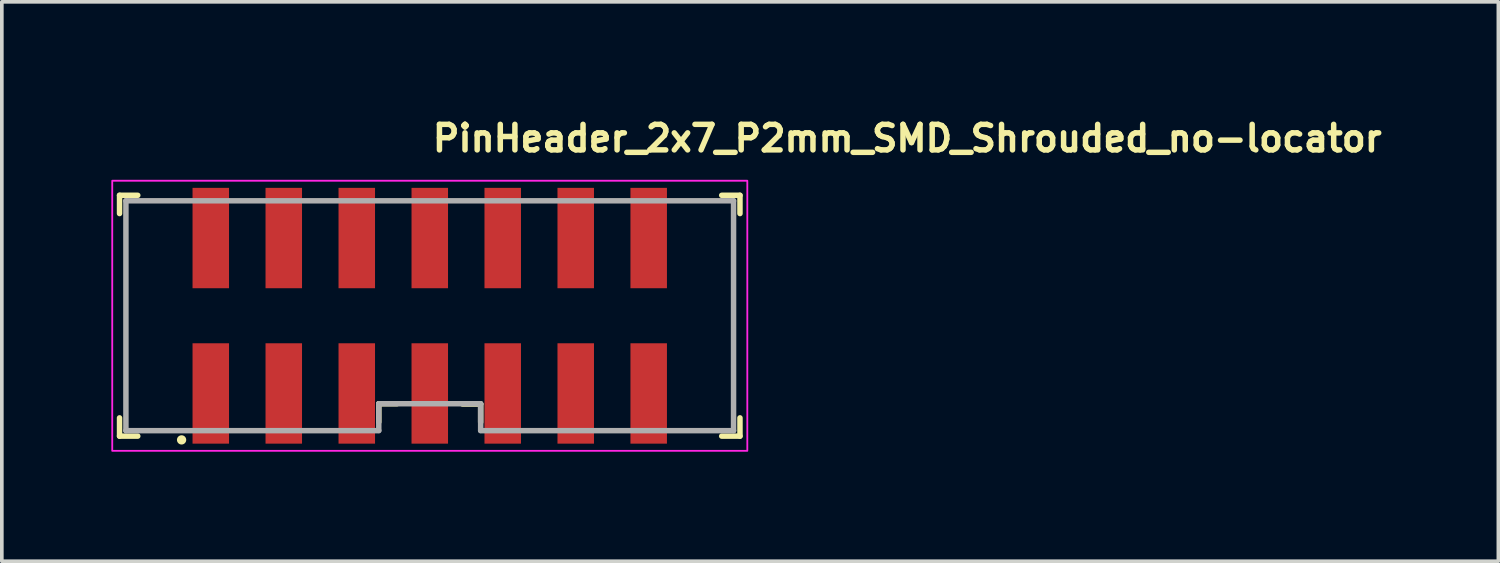
<source format=kicad_pcb>
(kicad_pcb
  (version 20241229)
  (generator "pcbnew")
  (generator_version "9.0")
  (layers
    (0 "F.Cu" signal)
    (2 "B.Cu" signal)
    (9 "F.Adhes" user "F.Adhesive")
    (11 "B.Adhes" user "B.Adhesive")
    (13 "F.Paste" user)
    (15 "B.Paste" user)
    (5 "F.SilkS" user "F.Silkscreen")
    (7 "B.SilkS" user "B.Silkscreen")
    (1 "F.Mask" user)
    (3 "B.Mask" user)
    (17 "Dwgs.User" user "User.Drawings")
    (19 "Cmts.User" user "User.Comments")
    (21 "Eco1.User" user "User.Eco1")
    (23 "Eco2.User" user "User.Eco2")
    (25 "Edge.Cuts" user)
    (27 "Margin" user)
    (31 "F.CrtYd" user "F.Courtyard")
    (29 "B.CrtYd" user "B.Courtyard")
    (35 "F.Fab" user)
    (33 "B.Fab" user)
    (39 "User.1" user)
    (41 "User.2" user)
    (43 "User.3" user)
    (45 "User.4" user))
  (footprint "PinHeader_2x7_P2mm_SMD_Shrouded_no-locator"
    (layer "F.Cu")
    (at 8.725 5.602)
    (property "Reference" "PinHeader_2x7_P2mm_SMD_Shrouded_no-locator" (at 0 -4.452 0) (layer "F.SilkS") (effects (font (size 0.7 0.7) (thickness 0.15)) (justify left bottom)))
    (attr smd)
    (fp_line (start -8.5 -3.301) (end -8.5 -2.801) (stroke (width 0.15) (type solid)) (layer "F.SilkS"))
    (fp_line (start -8.5 -3.301) (end -8 -3.301) (stroke (width 0.15) (type solid)) (layer "F.SilkS"))
    (fp_line (start -8.5 3.297) (end -8.5 2.797) (stroke (width 0.15) (type solid)) (layer "F.SilkS"))
    (fp_line (start -8.5 3.297) (end -8 3.297) (stroke (width 0.15) (type solid)) (layer "F.SilkS"))
    (fp_line (start -1.397 2.41) (end -1.397 2.91) (stroke (width 0.15) (type solid)) (layer "F.SilkS"))
    (fp_line (start -1.397 2.41) (end -0.9 2.41) (stroke (width 0.15) (type solid)) (layer "F.SilkS"))
    (fp_line (start 1.394 2.418) (end 0.897 2.418) (stroke (width 0.15) (type solid)) (layer "F.SilkS"))
    (fp_line (start 1.394 2.418) (end 1.394 2.918) (stroke (width 0.15) (type solid)) (layer "F.SilkS"))
    (fp_line (start 8.499 -3.301) (end 7.998 -3.301) (stroke (width 0.15) (type solid)) (layer "F.SilkS"))
    (fp_line (start 8.499 -3.301) (end 8.499 -2.801) (stroke (width 0.15) (type solid)) (layer "F.SilkS"))
    (fp_line (start 8.499 3.297) (end 7.998 3.297) (stroke (width 0.15) (type solid)) (layer "F.SilkS"))
    (fp_line (start 8.499 3.297) (end 8.499 2.797) (stroke (width 0.15) (type solid)) (layer "F.SilkS"))
    (fp_circle (center -6.8 3.4) (end -6.748 3.4) (stroke (width 0.15) (type solid)) (fill yes) (layer "F.SilkS"))
    (fp_rect (start -8.7 -3.7) (end 8.7 3.7) (stroke (width 0.05) (type solid)) (fill no) (layer "F.CrtYd"))
    (fp_line (start -8.325 -3.15) (end 8.323 -3.15) (stroke (width 0.15) (type solid)) (layer "F.Fab"))
    (fp_line (start -8.325 3.148) (end -8.325 -3.15) (stroke (width 0.15) (type solid)) (layer "F.Fab"))
    (fp_line (start -8.325 3.148) (end -1.397 3.148) (stroke (width 0.15) (type solid)) (layer "F.Fab"))
    (fp_line (start -1.397 2.41) (end -1.397 3.14) (stroke (width 0.15) (type solid)) (layer "F.Fab"))
    (fp_line (start -1.397 2.41) (end 1.394 2.41) (stroke (width 0.15) (type solid)) (layer "F.Fab"))
    (fp_line (start 1.394 2.41) (end 1.394 3.14) (stroke (width 0.15) (type solid)) (layer "F.Fab"))
    (fp_line (start 1.394 3.148) (end 8.323 3.148) (stroke (width 0.15) (type solid)) (layer "F.Fab"))
    (fp_line (start 8.323 3.148) (end 8.323 -3.15) (stroke (width 0.15) (type solid)) (layer "F.Fab"))
    (fp_rect (start -8.325 -3.15) (end 8.323 3.148) (stroke (width 0.1) (type solid)) (fill no) (layer "User.5"))
    (fp_line (start -8.325 -3.15) (end -8.325 -0.75) (stroke (width 0.02) (type solid)) (layer "User.9"))
    (fp_line (start -8.325 -0.75) (end -8.026 -0.75) (stroke (width 0.02) (type solid)) (layer "User.9"))
    (fp_line (start -8.325 -0.15) (end -8.325 -0.75) (stroke (width 0.02) (type solid)) (layer "User.9"))
    (fp_line (start -8.325 -0.15) (end -7.425 -0.15) (stroke (width 0.02) (type solid)) (layer "User.9"))
    (fp_line (start -8.325 1.148) (end -8.325 -0.15) (stroke (width 0.02) (type solid)) (layer "User.9"))
    (fp_line (start -8.325 1.749) (end -8.325 1.148) (stroke (width 0.02) (type solid)) (layer "User.9"))
    (fp_line (start -8.325 1.749) (end -8.325 3.148) (stroke (width 0.02) (type solid)) (layer "User.9"))
    (fp_line (start -8.026 -2.851) (end 8.025 -2.851) (stroke (width 0.02) (type solid)) (layer "User.9"))
    (fp_line (start -8.026 -0.75) (end -8.026 -2.851) (stroke (width 0.02) (type solid)) (layer "User.9"))
    (fp_line (start -8.026 1.749) (end -8.325 1.749) (stroke (width 0.02) (type solid)) (layer "User.9"))
    (fp_line (start -8.026 2.85) (end -8.026 1.749) (stroke (width 0.02) (type solid)) (layer "User.9"))
    (fp_line (start -7.425 -2.25) (end -8.026 -2.851) (stroke (width 0.02) (type solid)) (layer "User.9"))
    (fp_line (start -7.425 -2.25) (end -7.026 -2.25) (stroke (width 0.02) (type solid)) (layer "User.9"))
    (fp_line (start -7.425 -0.15) (end -8.026 -0.75) (stroke (width 0.02) (type solid)) (layer "User.9"))
    (fp_line (start -7.425 -0.15) (end -7.425 -2.25) (stroke (width 0.02) (type solid)) (layer "User.9"))
    (fp_line (start -7.425 1.148) (end -8.325 1.148) (stroke (width 0.02) (type solid)) (layer "User.9"))
    (fp_line (start -7.425 1.148) (end -8.026 1.749) (stroke (width 0.02) (type solid)) (layer "User.9"))
    (fp_line (start -7.425 2.249) (end -8.026 2.85) (stroke (width 0.02) (type solid)) (layer "User.9"))
    (fp_line (start -7.425 2.249) (end -7.425 1.148) (stroke (width 0.02) (type solid)) (layer "User.9"))
    (fp_line (start -7.026 -2.5) (end -6.396 -2.5) (stroke (width 0.02) (type solid)) (layer "User.9"))
    (fp_line (start -7.026 -2.25) (end -7.026 -2.5) (stroke (width 0.02) (type solid)) (layer "User.9"))
    (fp_line (start -7.026 2.249) (end -7.425 2.249) (stroke (width 0.02) (type solid)) (layer "User.9"))
    (fp_line (start -7.026 2.249) (end -7.026 2.499) (stroke (width 0.02) (type solid)) (layer "User.9"))
    (fp_line (start -7.026 2.499) (end -1.339 2.499) (stroke (width 0.02) (type solid)) (layer "User.9"))
    (fp_line (start -6.396 -2.5) (end -6.396 -2.25) (stroke (width 0.02) (type solid)) (layer "User.9"))
    (fp_line (start -6.396 -2.25) (end -5.595 -2.25) (stroke (width 0.02) (type solid)) (layer "User.9"))
    (fp_line (start -6.327 3.048) (end -5.327 3.048) (stroke (width 0.02) (type solid)) (layer "User.9"))
    (fp_line (start -6.327 3.148) (end -8.325 3.148) (stroke (width 0.02) (type solid)) (layer "User.9"))
    (fp_line (start -6.327 3.148) (end -6.327 3.048) (stroke (width 0.02) (type solid)) (layer "User.9"))
    (fp_line (start -6.327 3.148) (end -5.827 3.148) (stroke (width 0.02) (type solid)) (layer "User.9"))
    (fp_line (start -6.25 -0.75) (end -6.25 -1.25) (stroke (width 0.02) (type solid)) (layer "User.9"))
    (fp_line (start -6.25 1.249) (end -6.25 0.748) (stroke (width 0.02) (type solid)) (layer "User.9"))
    (fp_line (start -6.101 -1.101) (end -6.25 -1.25) (stroke (width 0.02) (type solid)) (layer "User.9"))
    (fp_line (start -6.101 -0.902) (end -6.25 -0.75) (stroke (width 0.02) (type solid)) (layer "User.9"))
    (fp_line (start -6.101 -0.902) (end -6.101 -1.101) (stroke (width 0.02) (type solid)) (layer "User.9"))
    (fp_line (start -6.101 0.9) (end -6.25 0.748) (stroke (width 0.02) (type solid)) (layer "User.9"))
    (fp_line (start -6.101 1.1) (end -6.25 1.249) (stroke (width 0.02) (type solid)) (layer "User.9"))
    (fp_line (start -6.101 1.1) (end -6.101 0.9) (stroke (width 0.02) (type solid)) (layer "User.9"))
    (fp_line (start -5.901 -1.101) (end -6.101 -1.101) (stroke (width 0.02) (type solid)) (layer "User.9"))
    (fp_line (start -5.901 -1.101) (end -5.901 -0.902) (stroke (width 0.02) (type solid)) (layer "User.9"))
    (fp_line (start -5.901 -1.101) (end -5.75 -1.25) (stroke (width 0.02) (type solid)) (layer "User.9"))
    (fp_line (start -5.901 -0.902) (end -6.101 -0.902) (stroke (width 0.02) (type solid)) (layer "User.9"))
    (fp_line (start -5.901 0.9) (end -6.101 0.9) (stroke (width 0.02) (type solid)) (layer "User.9"))
    (fp_line (start -5.901 0.9) (end -5.901 1.1) (stroke (width 0.02) (type solid)) (layer "User.9"))
    (fp_line (start -5.901 0.9) (end -5.75 0.748) (stroke (width 0.02) (type solid)) (layer "User.9"))
    (fp_line (start -5.901 1.1) (end -6.101 1.1) (stroke (width 0.02) (type solid)) (layer "User.9"))
    (fp_line (start -5.901 1.1) (end -5.75 1.249) (stroke (width 0.02) (type solid)) (layer "User.9"))
    (fp_line (start -5.827 3.148) (end -5.827 3.048) (stroke (width 0.02) (type solid)) (layer "User.9"))
    (fp_line (start -5.827 3.148) (end -5.327 3.148) (stroke (width 0.02) (type solid)) (layer "User.9"))
    (fp_line (start -5.75 -1.25) (end -6.25 -1.25) (stroke (width 0.02) (type solid)) (layer "User.9"))
    (fp_line (start -5.75 -1.25) (end -5.75 -0.75) (stroke (width 0.02) (type solid)) (layer "User.9"))
    (fp_line (start -5.75 -0.75) (end -6.25 -0.75) (stroke (width 0.02) (type solid)) (layer "User.9"))
    (fp_line (start -5.75 -0.75) (end -5.901 -0.902) (stroke (width 0.02) (type solid)) (layer "User.9"))
    (fp_line (start -5.75 0.748) (end -6.25 0.748) (stroke (width 0.02) (type solid)) (layer "User.9"))
    (fp_line (start -5.75 0.748) (end -5.75 1.249) (stroke (width 0.02) (type solid)) (layer "User.9"))
    (fp_line (start -5.75 1.249) (end -6.25 1.249) (stroke (width 0.02) (type solid)) (layer "User.9"))
    (fp_line (start -5.614 2.249) (end -2.388 2.249) (stroke (width 0.02) (type solid)) (layer "User.9"))
    (fp_line (start -5.614 2.499) (end -5.614 2.249) (stroke (width 0.02) (type solid)) (layer "User.9"))
    (fp_line (start -5.595 -2.5) (end -0.402 -2.5) (stroke (width 0.02) (type solid)) (layer "User.9"))
    (fp_line (start -5.595 -2.25) (end -5.595 -2.5) (stroke (width 0.02) (type solid)) (layer "User.9"))
    (fp_line (start -5.327 3.148) (end -5.327 3.048) (stroke (width 0.02) (type solid)) (layer "User.9"))
    (fp_line (start -4.25 -0.75) (end -4.25 -1.25) (stroke (width 0.02) (type solid)) (layer "User.9"))
    (fp_line (start -4.25 1.249) (end -4.25 0.748) (stroke (width 0.02) (type solid)) (layer "User.9"))
    (fp_line (start -4.138 2.499) (end -4.202 2.249) (stroke (width 0.02) (type solid)) (layer "User.9"))
    (fp_line (start -4.1 -1.101) (end -4.25 -1.25) (stroke (width 0.02) (type solid)) (layer "User.9"))
    (fp_line (start -4.1 -0.902) (end -4.25 -0.75) (stroke (width 0.02) (type solid)) (layer "User.9"))
    (fp_line (start -4.1 -0.902) (end -4.1 -1.101) (stroke (width 0.02) (type solid)) (layer "User.9"))
    (fp_line (start -4.1 0.9) (end -4.25 0.748) (stroke (width 0.02) (type solid)) (layer "User.9"))
    (fp_line (start -4.1 1.1) (end -4.25 1.249) (stroke (width 0.02) (type solid)) (layer "User.9"))
    (fp_line (start -4.1 1.1) (end -4.1 0.9) (stroke (width 0.02) (type solid)) (layer "User.9"))
    (fp_line (start -3.9 -1.101) (end -4.1 -1.101) (stroke (width 0.02) (type solid)) (layer "User.9"))
    (fp_line (start -3.9 -1.101) (end -3.9 -0.902) (stroke (width 0.02) (type solid)) (layer "User.9"))
    (fp_line (start -3.9 -1.101) (end -3.75 -1.25) (stroke (width 0.02) (type solid)) (layer "User.9"))
    (fp_line (start -3.9 -0.902) (end -4.1 -0.902) (stroke (width 0.02) (type solid)) (layer "User.9"))
    (fp_line (start -3.9 0.9) (end -4.1 0.9) (stroke (width 0.02) (type solid)) (layer "User.9"))
    (fp_line (start -3.9 0.9) (end -3.9 1.1) (stroke (width 0.02) (type solid)) (layer "User.9"))
    (fp_line (start -3.9 0.9) (end -3.75 0.748) (stroke (width 0.02) (type solid)) (layer "User.9"))
    (fp_line (start -3.9 1.1) (end -4.1 1.1) (stroke (width 0.02) (type solid)) (layer "User.9"))
    (fp_line (start -3.9 1.1) (end -3.75 1.249) (stroke (width 0.02) (type solid)) (layer "User.9"))
    (fp_line (start -3.863 2.499) (end -3.801 2.249) (stroke (width 0.02) (type solid)) (layer "User.9"))
    (fp_line (start -3.75 -1.25) (end -4.25 -1.25) (stroke (width 0.02) (type solid)) (layer "User.9"))
    (fp_line (start -3.75 -1.25) (end -3.75 -0.75) (stroke (width 0.02) (type solid)) (layer "User.9"))
    (fp_line (start -3.75 -0.75) (end -4.25 -0.75) (stroke (width 0.02) (type solid)) (layer "User.9"))
    (fp_line (start -3.75 -0.75) (end -3.9 -0.902) (stroke (width 0.02) (type solid)) (layer "User.9"))
    (fp_line (start -3.75 0.748) (end -4.25 0.748) (stroke (width 0.02) (type solid)) (layer "User.9"))
    (fp_line (start -3.75 0.748) (end -3.75 1.249) (stroke (width 0.02) (type solid)) (layer "User.9"))
    (fp_line (start -3.75 1.249) (end -4.25 1.249) (stroke (width 0.02) (type solid)) (layer "User.9"))
    (fp_line (start -2.388 2.499) (end -2.388 2.249) (stroke (width 0.02) (type solid)) (layer "User.9"))
    (fp_line (start -2.25 -0.75) (end -2.25 -1.25) (stroke (width 0.02) (type solid)) (layer "User.9"))
    (fp_line (start -2.25 1.249) (end -2.25 0.748) (stroke (width 0.02) (type solid)) (layer "User.9"))
    (fp_line (start -2.101 -1.101) (end -2.25 -1.25) (stroke (width 0.02) (type solid)) (layer "User.9"))
    (fp_line (start -2.101 -0.902) (end -2.25 -0.75) (stroke (width 0.02) (type solid)) (layer "User.9"))
    (fp_line (start -2.101 -0.902) (end -2.101 -1.101) (stroke (width 0.02) (type solid)) (layer "User.9"))
    (fp_line (start -2.101 0.9) (end -2.25 0.748) (stroke (width 0.02) (type solid)) (layer "User.9"))
    (fp_line (start -2.101 1.1) (end -2.25 1.249) (stroke (width 0.02) (type solid)) (layer "User.9"))
    (fp_line (start -2.101 1.1) (end -2.101 0.9) (stroke (width 0.02) (type solid)) (layer "User.9"))
    (fp_line (start -2 2.85) (end -8.026 2.85) (stroke (width 0.02) (type solid)) (layer "User.9"))
    (fp_line (start -2 2.85) (end -1.972 2.849) (stroke (width 0.02) (type solid)) (layer "User.9"))
    (fp_line (start -2 3.148) (end -5.327 3.148) (stroke (width 0.02) (type solid)) (layer "User.9"))
    (fp_line (start -1.972 2.849) (end -1.942 2.846) (stroke (width 0.02) (type solid)) (layer "User.9"))
    (fp_line (start -1.942 2.846) (end -1.915 2.845) (stroke (width 0.02) (type solid)) (layer "User.9"))
    (fp_line (start -1.915 2.845) (end -1.887 2.841) (stroke (width 0.02) (type solid)) (layer "User.9"))
    (fp_line (start -1.901 -1.101) (end -2.101 -1.101) (stroke (width 0.02) (type solid)) (layer "User.9"))
    (fp_line (start -1.901 -1.101) (end -1.901 -0.902) (stroke (width 0.02) (type solid)) (layer "User.9"))
    (fp_line (start -1.901 -1.101) (end -1.75 -1.25) (stroke (width 0.02) (type solid)) (layer "User.9"))
    (fp_line (start -1.901 -0.902) (end -2.101 -0.902) (stroke (width 0.02) (type solid)) (layer "User.9"))
    (fp_line (start -1.901 0.9) (end -2.101 0.9) (stroke (width 0.02) (type solid)) (layer "User.9"))
    (fp_line (start -1.901 0.9) (end -1.901 1.1) (stroke (width 0.02) (type solid)) (layer "User.9"))
    (fp_line (start -1.901 0.9) (end -1.75 0.748) (stroke (width 0.02) (type solid)) (layer "User.9"))
    (fp_line (start -1.901 1.1) (end -2.101 1.1) (stroke (width 0.02) (type solid)) (layer "User.9"))
    (fp_line (start -1.901 1.1) (end -1.75 1.249) (stroke (width 0.02) (type solid)) (layer "User.9"))
    (fp_line (start -1.887 2.841) (end -1.861 2.837) (stroke (width 0.02) (type solid)) (layer "User.9"))
    (fp_line (start -1.861 2.837) (end -1.835 2.831) (stroke (width 0.02) (type solid)) (layer "User.9"))
    (fp_line (start -1.835 2.831) (end -1.809 2.826) (stroke (width 0.02) (type solid)) (layer "User.9"))
    (fp_line (start -1.809 2.826) (end -1.784 2.819) (stroke (width 0.02) (type solid)) (layer "User.9"))
    (fp_line (start -1.784 2.819) (end -1.76 2.813) (stroke (width 0.02) (type solid)) (layer "User.9"))
    (fp_line (start -1.76 2.813) (end -1.736 2.805) (stroke (width 0.02) (type solid)) (layer "User.9"))
    (fp_line (start -1.75 -1.25) (end -2.25 -1.25) (stroke (width 0.02) (type solid)) (layer "User.9"))
    (fp_line (start -1.75 -1.25) (end -1.75 -0.75) (stroke (width 0.02) (type solid)) (layer "User.9"))
    (fp_line (start -1.75 -0.75) (end -2.25 -0.75) (stroke (width 0.02) (type solid)) (layer "User.9"))
    (fp_line (start -1.75 -0.75) (end -1.901 -0.902) (stroke (width 0.02) (type solid)) (layer "User.9"))
    (fp_line (start -1.75 0.748) (end -2.25 0.748) (stroke (width 0.02) (type solid)) (layer "User.9"))
    (fp_line (start -1.75 0.748) (end -1.75 1.249) (stroke (width 0.02) (type solid)) (layer "User.9"))
    (fp_line (start -1.75 1.249) (end -2.25 1.249) (stroke (width 0.02) (type solid)) (layer "User.9"))
    (fp_line (start -1.736 2.805) (end -1.714 2.796) (stroke (width 0.02) (type solid)) (layer "User.9"))
    (fp_line (start -1.714 2.796) (end -1.692 2.786) (stroke (width 0.02) (type solid)) (layer "User.9"))
    (fp_line (start -1.692 2.786) (end -1.67 2.777) (stroke (width 0.02) (type solid)) (layer "User.9"))
    (fp_line (start -1.67 2.777) (end -1.649 2.766) (stroke (width 0.02) (type solid)) (layer "User.9"))
    (fp_line (start -1.649 2.766) (end -1.607 2.745) (stroke (width 0.02) (type solid)) (layer "User.9"))
    (fp_line (start -1.607 2.745) (end -1.607 2.745) (stroke (width 0.02) (type solid)) (layer "User.9"))
    (fp_line (start -1.607 2.745) (end -1.587 2.733) (stroke (width 0.02) (type solid)) (layer "User.9"))
    (fp_line (start -1.587 2.733) (end -1.567 2.721) (stroke (width 0.02) (type solid)) (layer "User.9"))
    (fp_line (start -1.567 2.721) (end -1.549 2.709) (stroke (width 0.02) (type solid)) (layer "User.9"))
    (fp_line (start -1.549 2.709) (end -1.53 2.696) (stroke (width 0.02) (type solid)) (layer "User.9"))
    (fp_line (start -1.53 2.696) (end -1.512 2.681) (stroke (width 0.02) (type solid)) (layer "User.9"))
    (fp_line (start -1.512 2.681) (end -1.494 2.668) (stroke (width 0.02) (type solid)) (layer "User.9"))
    (fp_line (start -1.494 2.668) (end -1.476 2.653) (stroke (width 0.02) (type solid)) (layer "User.9"))
    (fp_line (start -1.476 2.653) (end -1.46 2.639) (stroke (width 0.02) (type solid)) (layer "User.9"))
    (fp_line (start -1.46 2.639) (end -1.442 2.623) (stroke (width 0.02) (type solid)) (layer "User.9"))
    (fp_line (start -1.442 2.623) (end -1.426 2.607) (stroke (width 0.02) (type solid)) (layer "User.9"))
    (fp_line (start -1.436 3.148) (end -2 3.148) (stroke (width 0.02) (type solid)) (layer "User.9"))
    (fp_line (start -1.436 3.148) (end -1.436 3.148) (stroke (width 0.02) (type solid)) (layer "User.9"))
    (fp_line (start -1.426 2.607) (end -1.41 2.589) (stroke (width 0.02) (type solid)) (layer "User.9"))
    (fp_line (start -1.41 2.589) (end -1.395 2.572) (stroke (width 0.02) (type solid)) (layer "User.9"))
    (fp_line (start -1.395 2.572) (end -1.381 2.555) (stroke (width 0.02) (type solid)) (layer "User.9"))
    (fp_line (start -1.381 2.555) (end -1.367 2.536) (stroke (width 0.02) (type solid)) (layer "User.9"))
    (fp_line (start -1.367 2.536) (end -1.353 2.519) (stroke (width 0.02) (type solid)) (layer "User.9"))
    (fp_line (start -1.353 2.519) (end -1.339 2.499) (stroke (width 0.02) (type solid)) (layer "User.9"))
    (fp_line (start -1.339 2.499) (end -1.2 2.499) (stroke (width 0.02) (type solid)) (layer "User.9"))
    (fp_line (start -1.323 3.148) (end -1.436 3.148) (stroke (width 0.02) (type solid)) (layer "User.9"))
    (fp_line (start -1.323 3.148) (end -1.323 3.148) (stroke (width 0.02) (type solid)) (layer "User.9"))
    (fp_line (start -1.28 3.148) (end -1.323 3.148) (stroke (width 0.02) (type solid)) (layer "User.9"))
    (fp_line (start -1.28 3.148) (end -1.28 3.148) (stroke (width 0.02) (type solid)) (layer "User.9"))
    (fp_line (start -1.246 3.148) (end -1.28 3.148) (stroke (width 0.02) (type solid)) (layer "User.9"))
    (fp_line (start -1.246 3.148) (end -1.246 3.148) (stroke (width 0.02) (type solid)) (layer "User.9"))
    (fp_line (start -1.222 3.148) (end -1.246 3.148) (stroke (width 0.02) (type solid)) (layer "User.9"))
    (fp_line (start -1.222 3.148) (end -1.222 3.148) (stroke (width 0.02) (type solid)) (layer "User.9"))
    (fp_line (start -1.206 3.148) (end -1.222 3.148) (stroke (width 0.02) (type solid)) (layer "User.9"))
    (fp_line (start -1.206 3.148) (end -1.206 3.148) (stroke (width 0.02) (type solid)) (layer "User.9"))
    (fp_line (start -1.2 3.148) (end -1.206 3.148) (stroke (width 0.02) (type solid)) (layer "User.9"))
    (fp_line (start -1.2 3.148) (end -1.2 2.499) (stroke (width 0.02) (type solid)) (layer "User.9"))
    (fp_line (start -1.2 3.148) (end 1.199 3.148) (stroke (width 0.02) (type solid)) (layer "User.9"))
    (fp_line (start -0.402 -2.5) (end -0.402 -2.25) (stroke (width 0.02) (type solid)) (layer "User.9"))
    (fp_line (start -0.402 -2.25) (end 0.4 -2.25) (stroke (width 0.02) (type solid)) (layer "User.9"))
    (fp_line (start -0.25 -0.75) (end -0.25 -1.25) (stroke (width 0.02) (type solid)) (layer "User.9"))
    (fp_line (start -0.25 1.249) (end -0.25 0.748) (stroke (width 0.02) (type solid)) (layer "User.9"))
    (fp_line (start -0.102 -1.101) (end -0.25 -1.25) (stroke (width 0.02) (type solid)) (layer "User.9"))
    (fp_line (start -0.102 -0.902) (end -0.25 -0.75) (stroke (width 0.02) (type solid)) (layer "User.9"))
    (fp_line (start -0.102 -0.902) (end -0.102 -1.101) (stroke (width 0.02) (type solid)) (layer "User.9"))
    (fp_line (start -0.102 0.9) (end -0.25 0.748) (stroke (width 0.02) (type solid)) (layer "User.9"))
    (fp_line (start -0.102 1.1) (end -0.25 1.249) (stroke (width 0.02) (type solid)) (layer "User.9"))
    (fp_line (start -0.102 1.1) (end -0.102 0.9) (stroke (width 0.02) (type solid)) (layer "User.9"))
    (fp_line (start 0.1 -1.101) (end -0.102 -1.101) (stroke (width 0.02) (type solid)) (layer "User.9"))
    (fp_line (start 0.1 -1.101) (end 0.1 -0.902) (stroke (width 0.02) (type solid)) (layer "User.9"))
    (fp_line (start 0.1 -1.101) (end 0.248 -1.25) (stroke (width 0.02) (type solid)) (layer "User.9"))
    (fp_line (start 0.1 -0.902) (end -0.102 -0.902) (stroke (width 0.02) (type solid)) (layer "User.9"))
    (fp_line (start 0.1 0.9) (end -0.102 0.9) (stroke (width 0.02) (type solid)) (layer "User.9"))
    (fp_line (start 0.1 0.9) (end 0.1 1.1) (stroke (width 0.02) (type solid)) (layer "User.9"))
    (fp_line (start 0.1 0.9) (end 0.248 0.748) (stroke (width 0.02) (type solid)) (layer "User.9"))
    (fp_line (start 0.1 1.1) (end -0.102 1.1) (stroke (width 0.02) (type solid)) (layer "User.9"))
    (fp_line (start 0.1 1.1) (end 0.248 1.249) (stroke (width 0.02) (type solid)) (layer "User.9"))
    (fp_line (start 0.248 -1.25) (end -0.25 -1.25) (stroke (width 0.02) (type solid)) (layer "User.9"))
    (fp_line (start 0.248 -1.25) (end 0.248 -0.75) (stroke (width 0.02) (type solid)) (layer "User.9"))
    (fp_line (start 0.248 -0.75) (end -0.25 -0.75) (stroke (width 0.02) (type solid)) (layer "User.9"))
    (fp_line (start 0.248 -0.75) (end 0.1 -0.902) (stroke (width 0.02) (type solid)) (layer "User.9"))
    (fp_line (start 0.248 0.748) (end -0.25 0.748) (stroke (width 0.02) (type solid)) (layer "User.9"))
    (fp_line (start 0.248 0.748) (end 0.248 1.249) (stroke (width 0.02) (type solid)) (layer "User.9"))
    (fp_line (start 0.248 1.249) (end -0.25 1.249) (stroke (width 0.02) (type solid)) (layer "User.9"))
    (fp_line (start 0.4 -2.5) (end 5.594 -2.5) (stroke (width 0.02) (type solid)) (layer "User.9"))
    (fp_line (start 0.4 -2.25) (end 0.4 -2.5) (stroke (width 0.02) (type solid)) (layer "User.9"))
    (fp_line (start 1.199 2.499) (end 1.199 3.148) (stroke (width 0.02) (type solid)) (layer "User.9"))
    (fp_line (start 1.199 2.499) (end 1.338 2.499) (stroke (width 0.02) (type solid)) (layer "User.9"))
    (fp_line (start 1.205 3.148) (end 1.199 3.148) (stroke (width 0.02) (type solid)) (layer "User.9"))
    (fp_line (start 1.205 3.148) (end 1.205 3.148) (stroke (width 0.02) (type solid)) (layer "User.9"))
    (fp_line (start 1.219 3.148) (end 1.205 3.148) (stroke (width 0.02) (type solid)) (layer "User.9"))
    (fp_line (start 1.219 3.148) (end 1.219 3.148) (stroke (width 0.02) (type solid)) (layer "User.9"))
    (fp_line (start 1.243 3.148) (end 1.219 3.148) (stroke (width 0.02) (type solid)) (layer "User.9"))
    (fp_line (start 1.243 3.148) (end 1.243 3.148) (stroke (width 0.02) (type solid)) (layer "User.9"))
    (fp_line (start 1.279 3.148) (end 1.243 3.148) (stroke (width 0.02) (type solid)) (layer "User.9"))
    (fp_line (start 1.279 3.148) (end 1.279 3.148) (stroke (width 0.02) (type solid)) (layer "User.9"))
    (fp_line (start 1.322 3.148) (end 1.279 3.148) (stroke (width 0.02) (type solid)) (layer "User.9"))
    (fp_line (start 1.322 3.148) (end 1.322 3.148) (stroke (width 0.02) (type solid)) (layer "User.9"))
    (fp_line (start 1.338 2.499) (end 1.35 2.519) (stroke (width 0.02) (type solid)) (layer "User.9"))
    (fp_line (start 1.338 2.499) (end 7.025 2.499) (stroke (width 0.02) (type solid)) (layer "User.9"))
    (fp_line (start 1.35 2.519) (end 1.364 2.536) (stroke (width 0.02) (type solid)) (layer "User.9"))
    (fp_line (start 1.364 2.536) (end 1.38 2.555) (stroke (width 0.02) (type solid)) (layer "User.9"))
    (fp_line (start 1.374 3.148) (end 1.322 3.148) (stroke (width 0.02) (type solid)) (layer "User.9"))
    (fp_line (start 1.374 3.148) (end 1.374 3.148) (stroke (width 0.02) (type solid)) (layer "User.9"))
    (fp_line (start 1.38 2.555) (end 1.394 2.572) (stroke (width 0.02) (type solid)) (layer "User.9"))
    (fp_line (start 1.394 2.572) (end 1.409 2.589) (stroke (width 0.02) (type solid)) (layer "User.9"))
    (fp_line (start 1.409 2.589) (end 1.425 2.607) (stroke (width 0.02) (type solid)) (layer "User.9"))
    (fp_line (start 1.425 2.607) (end 1.441 2.623) (stroke (width 0.02) (type solid)) (layer "User.9"))
    (fp_line (start 1.433 3.148) (end 1.374 3.148) (stroke (width 0.02) (type solid)) (layer "User.9"))
    (fp_line (start 1.433 3.148) (end 1.433 3.148) (stroke (width 0.02) (type solid)) (layer "User.9"))
    (fp_line (start 1.441 2.623) (end 1.457 2.639) (stroke (width 0.02) (type solid)) (layer "User.9"))
    (fp_line (start 1.457 2.639) (end 1.475 2.653) (stroke (width 0.02) (type solid)) (layer "User.9"))
    (fp_line (start 1.475 2.653) (end 1.491 2.668) (stroke (width 0.02) (type solid)) (layer "User.9"))
    (fp_line (start 1.491 2.668) (end 1.509 2.681) (stroke (width 0.02) (type solid)) (layer "User.9"))
    (fp_line (start 1.509 2.681) (end 1.527 2.696) (stroke (width 0.02) (type solid)) (layer "User.9"))
    (fp_line (start 1.527 2.696) (end 1.546 2.709) (stroke (width 0.02) (type solid)) (layer "User.9"))
    (fp_line (start 1.546 2.709) (end 1.566 2.721) (stroke (width 0.02) (type solid)) (layer "User.9"))
    (fp_line (start 1.566 2.721) (end 1.584 2.733) (stroke (width 0.02) (type solid)) (layer "User.9"))
    (fp_line (start 1.584 2.733) (end 1.604 2.745) (stroke (width 0.02) (type solid)) (layer "User.9"))
    (fp_line (start 1.604 2.745) (end 1.604 2.745) (stroke (width 0.02) (type solid)) (layer "User.9"))
    (fp_line (start 1.604 2.745) (end 1.626 2.757) (stroke (width 0.02) (type solid)) (layer "User.9"))
    (fp_line (start 1.626 2.757) (end 1.646 2.766) (stroke (width 0.02) (type solid)) (layer "User.9"))
    (fp_line (start 1.646 2.766) (end 1.667 2.777) (stroke (width 0.02) (type solid)) (layer "User.9"))
    (fp_line (start 1.667 2.777) (end 1.689 2.786) (stroke (width 0.02) (type solid)) (layer "User.9"))
    (fp_line (start 1.689 2.786) (end 1.713 2.796) (stroke (width 0.02) (type solid)) (layer "User.9"))
    (fp_line (start 1.713 2.796) (end 1.735 2.805) (stroke (width 0.02) (type solid)) (layer "User.9"))
    (fp_line (start 1.735 2.805) (end 1.759 2.813) (stroke (width 0.02) (type solid)) (layer "User.9"))
    (fp_line (start 1.749 -0.75) (end 1.749 -1.25) (stroke (width 0.02) (type solid)) (layer "User.9"))
    (fp_line (start 1.749 1.249) (end 1.749 0.748) (stroke (width 0.02) (type solid)) (layer "User.9"))
    (fp_line (start 1.759 2.813) (end 1.783 2.819) (stroke (width 0.02) (type solid)) (layer "User.9"))
    (fp_line (start 1.783 2.819) (end 1.806 2.826) (stroke (width 0.02) (type solid)) (layer "User.9"))
    (fp_line (start 1.806 2.826) (end 1.832 2.831) (stroke (width 0.02) (type solid)) (layer "User.9"))
    (fp_line (start 1.832 2.831) (end 1.858 2.837) (stroke (width 0.02) (type solid)) (layer "User.9"))
    (fp_line (start 1.858 2.837) (end 1.884 2.841) (stroke (width 0.02) (type solid)) (layer "User.9"))
    (fp_line (start 1.884 2.841) (end 1.912 2.845) (stroke (width 0.02) (type solid)) (layer "User.9"))
    (fp_line (start 1.898 -1.101) (end 1.749 -1.25) (stroke (width 0.02) (type solid)) (layer "User.9"))
    (fp_line (start 1.898 -0.902) (end 1.749 -0.75) (stroke (width 0.02) (type solid)) (layer "User.9"))
    (fp_line (start 1.898 -0.902) (end 1.898 -1.101) (stroke (width 0.02) (type solid)) (layer "User.9"))
    (fp_line (start 1.898 0.9) (end 1.749 0.748) (stroke (width 0.02) (type solid)) (layer "User.9"))
    (fp_line (start 1.898 1.1) (end 1.749 1.249) (stroke (width 0.02) (type solid)) (layer "User.9"))
    (fp_line (start 1.898 1.1) (end 1.898 0.9) (stroke (width 0.02) (type solid)) (layer "User.9"))
    (fp_line (start 1.912 2.845) (end 1.941 2.846) (stroke (width 0.02) (type solid)) (layer "User.9"))
    (fp_line (start 1.941 2.846) (end 1.969 2.849) (stroke (width 0.02) (type solid)) (layer "User.9"))
    (fp_line (start 1.969 2.849) (end 1.999 2.85) (stroke (width 0.02) (type solid)) (layer "User.9"))
    (fp_line (start 1.999 3.148) (end 1.433 3.148) (stroke (width 0.02) (type solid)) (layer "User.9"))
    (fp_line (start 2.1 -1.101) (end 1.898 -1.101) (stroke (width 0.02) (type solid)) (layer "User.9"))
    (fp_line (start 2.1 -1.101) (end 2.1 -0.902) (stroke (width 0.02) (type solid)) (layer "User.9"))
    (fp_line (start 2.1 -1.101) (end 2.249 -1.25) (stroke (width 0.02) (type solid)) (layer "User.9"))
    (fp_line (start 2.1 -0.902) (end 1.898 -0.902) (stroke (width 0.02) (type solid)) (layer "User.9"))
    (fp_line (start 2.1 0.9) (end 1.898 0.9) (stroke (width 0.02) (type solid)) (layer "User.9"))
    (fp_line (start 2.1 0.9) (end 2.1 1.1) (stroke (width 0.02) (type solid)) (layer "User.9"))
    (fp_line (start 2.1 0.9) (end 2.249 0.748) (stroke (width 0.02) (type solid)) (layer "User.9"))
    (fp_line (start 2.1 1.1) (end 1.898 1.1) (stroke (width 0.02) (type solid)) (layer "User.9"))
    (fp_line (start 2.1 1.1) (end 2.249 1.249) (stroke (width 0.02) (type solid)) (layer "User.9"))
    (fp_line (start 2.249 -1.25) (end 1.749 -1.25) (stroke (width 0.02) (type solid)) (layer "User.9"))
    (fp_line (start 2.249 -1.25) (end 2.249 -0.75) (stroke (width 0.02) (type solid)) (layer "User.9"))
    (fp_line (start 2.249 -0.75) (end 1.749 -0.75) (stroke (width 0.02) (type solid)) (layer "User.9"))
    (fp_line (start 2.249 -0.75) (end 2.1 -0.902) (stroke (width 0.02) (type solid)) (layer "User.9"))
    (fp_line (start 2.249 0.748) (end 1.749 0.748) (stroke (width 0.02) (type solid)) (layer "User.9"))
    (fp_line (start 2.249 0.748) (end 2.249 1.249) (stroke (width 0.02) (type solid)) (layer "User.9"))
    (fp_line (start 2.249 1.249) (end 1.749 1.249) (stroke (width 0.02) (type solid)) (layer "User.9"))
    (fp_line (start 2.386 2.499) (end 2.386 2.249) (stroke (width 0.02) (type solid)) (layer "User.9"))
    (fp_line (start 3.749 -0.75) (end 3.749 -1.25) (stroke (width 0.02) (type solid)) (layer "User.9"))
    (fp_line (start 3.749 1.249) (end 3.749 0.748) (stroke (width 0.02) (type solid)) (layer "User.9"))
    (fp_line (start 3.862 2.499) (end 3.798 2.249) (stroke (width 0.02) (type solid)) (layer "User.9"))
    (fp_line (start 3.898 -1.101) (end 3.749 -1.25) (stroke (width 0.02) (type solid)) (layer "User.9"))
    (fp_line (start 3.898 -0.902) (end 3.749 -0.75) (stroke (width 0.02) (type solid)) (layer "User.9"))
    (fp_line (start 3.898 -0.902) (end 3.898 -1.101) (stroke (width 0.02) (type solid)) (layer "User.9"))
    (fp_line (start 3.898 0.9) (end 3.749 0.748) (stroke (width 0.02) (type solid)) (layer "User.9"))
    (fp_line (start 3.898 1.1) (end 3.749 1.249) (stroke (width 0.02) (type solid)) (layer "User.9"))
    (fp_line (start 3.898 1.1) (end 3.898 0.9) (stroke (width 0.02) (type solid)) (layer "User.9"))
    (fp_line (start 4.099 -1.101) (end 3.898 -1.101) (stroke (width 0.02) (type solid)) (layer "User.9"))
    (fp_line (start 4.099 -1.101) (end 4.099 -0.902) (stroke (width 0.02) (type solid)) (layer "User.9"))
    (fp_line (start 4.099 -1.101) (end 4.248 -1.25) (stroke (width 0.02) (type solid)) (layer "User.9"))
    (fp_line (start 4.099 -0.902) (end 3.898 -0.902) (stroke (width 0.02) (type solid)) (layer "User.9"))
    (fp_line (start 4.099 0.9) (end 3.898 0.9) (stroke (width 0.02) (type solid)) (layer "User.9"))
    (fp_line (start 4.099 0.9) (end 4.099 1.1) (stroke (width 0.02) (type solid)) (layer "User.9"))
    (fp_line (start 4.099 0.9) (end 4.248 0.748) (stroke (width 0.02) (type solid)) (layer "User.9"))
    (fp_line (start 4.099 1.1) (end 3.898 1.1) (stroke (width 0.02) (type solid)) (layer "User.9"))
    (fp_line (start 4.099 1.1) (end 4.248 1.249) (stroke (width 0.02) (type solid)) (layer "User.9"))
    (fp_line (start 4.137 2.499) (end 4.2 2.249) (stroke (width 0.02) (type solid)) (layer "User.9"))
    (fp_line (start 4.248 -1.25) (end 3.749 -1.25) (stroke (width 0.02) (type solid)) (layer "User.9"))
    (fp_line (start 4.248 -1.25) (end 4.248 -0.75) (stroke (width 0.02) (type solid)) (layer "User.9"))
    (fp_line (start 4.248 -0.75) (end 3.749 -0.75) (stroke (width 0.02) (type solid)) (layer "User.9"))
    (fp_line (start 4.248 -0.75) (end 4.099 -0.902) (stroke (width 0.02) (type solid)) (layer "User.9"))
    (fp_line (start 4.248 0.748) (end 3.749 0.748) (stroke (width 0.02) (type solid)) (layer "User.9"))
    (fp_line (start 4.248 0.748) (end 4.248 1.249) (stroke (width 0.02) (type solid)) (layer "User.9"))
    (fp_line (start 4.248 1.249) (end 3.749 1.249) (stroke (width 0.02) (type solid)) (layer "User.9"))
    (fp_line (start 5.594 -2.5) (end 5.594 -2.25) (stroke (width 0.02) (type solid)) (layer "User.9"))
    (fp_line (start 5.594 -2.25) (end 6.393 -2.25) (stroke (width 0.02) (type solid)) (layer "User.9"))
    (fp_line (start 5.611 2.249) (end 2.386 2.249) (stroke (width 0.02) (type solid)) (layer "User.9"))
    (fp_line (start 5.611 2.499) (end 5.611 2.249) (stroke (width 0.02) (type solid)) (layer "User.9"))
    (fp_line (start 5.749 -0.75) (end 5.749 -1.25) (stroke (width 0.02) (type solid)) (layer "User.9"))
    (fp_line (start 5.749 1.249) (end 5.749 0.748) (stroke (width 0.02) (type solid)) (layer "User.9"))
    (fp_line (start 5.9 -1.101) (end 5.749 -1.25) (stroke (width 0.02) (type solid)) (layer "User.9"))
    (fp_line (start 5.9 -0.902) (end 5.749 -0.75) (stroke (width 0.02) (type solid)) (layer "User.9"))
    (fp_line (start 5.9 -0.902) (end 5.9 -1.101) (stroke (width 0.02) (type solid)) (layer "User.9"))
    (fp_line (start 5.9 0.9) (end 5.749 0.748) (stroke (width 0.02) (type solid)) (layer "User.9"))
    (fp_line (start 5.9 1.1) (end 5.749 1.249) (stroke (width 0.02) (type solid)) (layer "User.9"))
    (fp_line (start 5.9 1.1) (end 5.9 0.9) (stroke (width 0.02) (type solid)) (layer "User.9"))
    (fp_line (start 6.099 -1.101) (end 5.9 -1.101) (stroke (width 0.02) (type solid)) (layer "User.9"))
    (fp_line (start 6.099 -1.101) (end 6.099 -0.902) (stroke (width 0.02) (type solid)) (layer "User.9"))
    (fp_line (start 6.099 -1.101) (end 6.249 -1.25) (stroke (width 0.02) (type solid)) (layer "User.9"))
    (fp_line (start 6.099 -0.902) (end 5.9 -0.902) (stroke (width 0.02) (type solid)) (layer "User.9"))
    (fp_line (start 6.099 0.9) (end 5.9 0.9) (stroke (width 0.02) (type solid)) (layer "User.9"))
    (fp_line (start 6.099 0.9) (end 6.099 1.1) (stroke (width 0.02) (type solid)) (layer "User.9"))
    (fp_line (start 6.099 0.9) (end 6.249 0.748) (stroke (width 0.02) (type solid)) (layer "User.9"))
    (fp_line (start 6.099 1.1) (end 5.9 1.1) (stroke (width 0.02) (type solid)) (layer "User.9"))
    (fp_line (start 6.099 1.1) (end 6.249 1.249) (stroke (width 0.02) (type solid)) (layer "User.9"))
    (fp_line (start 6.249 -1.25) (end 5.749 -1.25) (stroke (width 0.02) (type solid)) (layer "User.9"))
    (fp_line (start 6.249 -1.25) (end 6.249 -0.75) (stroke (width 0.02) (type solid)) (layer "User.9"))
    (fp_line (start 6.249 -0.75) (end 5.749 -0.75) (stroke (width 0.02) (type solid)) (layer "User.9"))
    (fp_line (start 6.249 -0.75) (end 6.099 -0.902) (stroke (width 0.02) (type solid)) (layer "User.9"))
    (fp_line (start 6.249 0.748) (end 5.749 0.748) (stroke (width 0.02) (type solid)) (layer "User.9"))
    (fp_line (start 6.249 0.748) (end 6.249 1.249) (stroke (width 0.02) (type solid)) (layer "User.9"))
    (fp_line (start 6.249 1.249) (end 5.749 1.249) (stroke (width 0.02) (type solid)) (layer "User.9"))
    (fp_line (start 6.393 -2.5) (end 7.025 -2.5) (stroke (width 0.02) (type solid)) (layer "User.9"))
    (fp_line (start 6.393 -2.25) (end 6.393 -2.5) (stroke (width 0.02) (type solid)) (layer "User.9"))
    (fp_line (start 7.025 -2.25) (end 7.025 -2.5) (stroke (width 0.02) (type solid)) (layer "User.9"))
    (fp_line (start 7.025 -2.25) (end 7.424 -2.25) (stroke (width 0.02) (type solid)) (layer "User.9"))
    (fp_line (start 7.025 2.249) (end 7.025 2.499) (stroke (width 0.02) (type solid)) (layer "User.9"))
    (fp_line (start 7.424 -2.25) (end 7.424 -1.151) (stroke (width 0.02) (type solid)) (layer "User.9"))
    (fp_line (start 7.424 -2.25) (end 8.025 -2.851) (stroke (width 0.02) (type solid)) (layer "User.9"))
    (fp_line (start 7.424 -1.151) (end 8.025 -1.75) (stroke (width 0.02) (type solid)) (layer "User.9"))
    (fp_line (start 7.424 -1.151) (end 8.323 -1.151) (stroke (width 0.02) (type solid)) (layer "User.9"))
    (fp_line (start 7.424 0.148) (end 7.424 2.249) (stroke (width 0.02) (type solid)) (layer "User.9"))
    (fp_line (start 7.424 0.148) (end 8.025 0.748) (stroke (width 0.02) (type solid)) (layer "User.9"))
    (fp_line (start 7.424 2.249) (end 7.025 2.249) (stroke (width 0.02) (type solid)) (layer "User.9"))
    (fp_line (start 7.424 2.249) (end 8.025 2.85) (stroke (width 0.02) (type solid)) (layer "User.9"))
    (fp_line (start 8.025 -2.851) (end 8.025 -1.75) (stroke (width 0.02) (type solid)) (layer "User.9"))
    (fp_line (start 8.025 -1.75) (end 8.323 -1.75) (stroke (width 0.02) (type solid)) (layer "User.9"))
    (fp_line (start 8.025 0.748) (end 8.025 2.85) (stroke (width 0.02) (type solid)) (layer "User.9"))
    (fp_line (start 8.025 2.85) (end 1.999 2.85) (stroke (width 0.02) (type solid)) (layer "User.9"))
    (fp_line (start 8.323 -3.15) (end -8.325 -3.15) (stroke (width 0.02) (type solid)) (layer "User.9"))
    (fp_line (start 8.323 -3.15) (end 8.323 -1.75) (stroke (width 0.02) (type solid)) (layer "User.9"))
    (fp_line (start 8.323 -1.75) (end 8.323 -1.151) (stroke (width 0.02) (type solid)) (layer "User.9"))
    (fp_line (start 8.323 0.148) (end 7.424 0.148) (stroke (width 0.02) (type solid)) (layer "User.9"))
    (fp_line (start 8.323 0.148) (end 8.323 -1.151) (stroke (width 0.02) (type solid)) (layer "User.9"))
    (fp_line (start 8.323 0.148) (end 8.323 0.748) (stroke (width 0.02) (type solid)) (layer "User.9"))
    (fp_line (start 8.323 0.748) (end 8.025 0.748) (stroke (width 0.02) (type solid)) (layer "User.9"))
    (fp_line (start 8.323 0.748) (end 8.323 3.148) (stroke (width 0.02) (type solid)) (layer "User.9"))
    (fp_line (start 8.323 3.148) (end 1.999 3.148) (stroke (width 0.02) (type solid)) (layer "User.9"))
    (pad "1" smd rect (at -6 2.128) (size 1 2.75) (layers "F.Cu" "F.Mask" "F.Paste"))
    (pad "2" smd rect (at -6 -2.13) (size 1 2.75) (layers "F.Cu" "F.Mask" "F.Paste"))
    (pad "3" smd rect (at -4 2.128) (size 1 2.75) (layers "F.Cu" "F.Mask" "F.Paste"))
    (pad "4" smd rect (at -4 -2.13) (size 1 2.75) (layers "F.Cu" "F.Mask" "F.Paste"))
    (pad "5" smd rect (at -2 2.128) (size 1 2.75) (layers "F.Cu" "F.Mask" "F.Paste"))
    (pad "6" smd rect (at -2 -2.13) (size 1 2.75) (layers "F.Cu" "F.Mask" "F.Paste"))
    (pad "7" smd rect (at 0 2.128) (size 1 2.75) (layers "F.Cu" "F.Mask" "F.Paste"))
    (pad "8" smd rect (at 0 -2.13) (size 1 2.75) (layers "F.Cu" "F.Mask" "F.Paste"))
    (pad "9" smd rect (at 1.999 2.128) (size 1 2.75) (layers "F.Cu" "F.Mask" "F.Paste"))
    (pad "10" smd rect (at 1.999 -2.13) (size 1 2.75) (layers "F.Cu" "F.Mask" "F.Paste"))
    (pad "11" smd rect (at 3.999 2.128) (size 1 2.75) (layers "F.Cu" "F.Mask" "F.Paste"))
    (pad "12" smd rect (at 3.999 -2.13) (size 1 2.75) (layers "F.Cu" "F.Mask" "F.Paste"))
    (pad "13" smd rect (at 5.998 2.128) (size 1 2.75) (layers "F.Cu" "F.Mask" "F.Paste"))
    (pad "14" smd rect (at 5.998 -2.13) (size 1 2.75) (layers "F.Cu" "F.Mask" "F.Paste")))
  (gr_rect
    (start -3 -3)
    (end 38.002 12.327)
    (stroke (width 0.1) (type default))
    (fill no)
    (layer "Edge.Cuts")))
</source>
